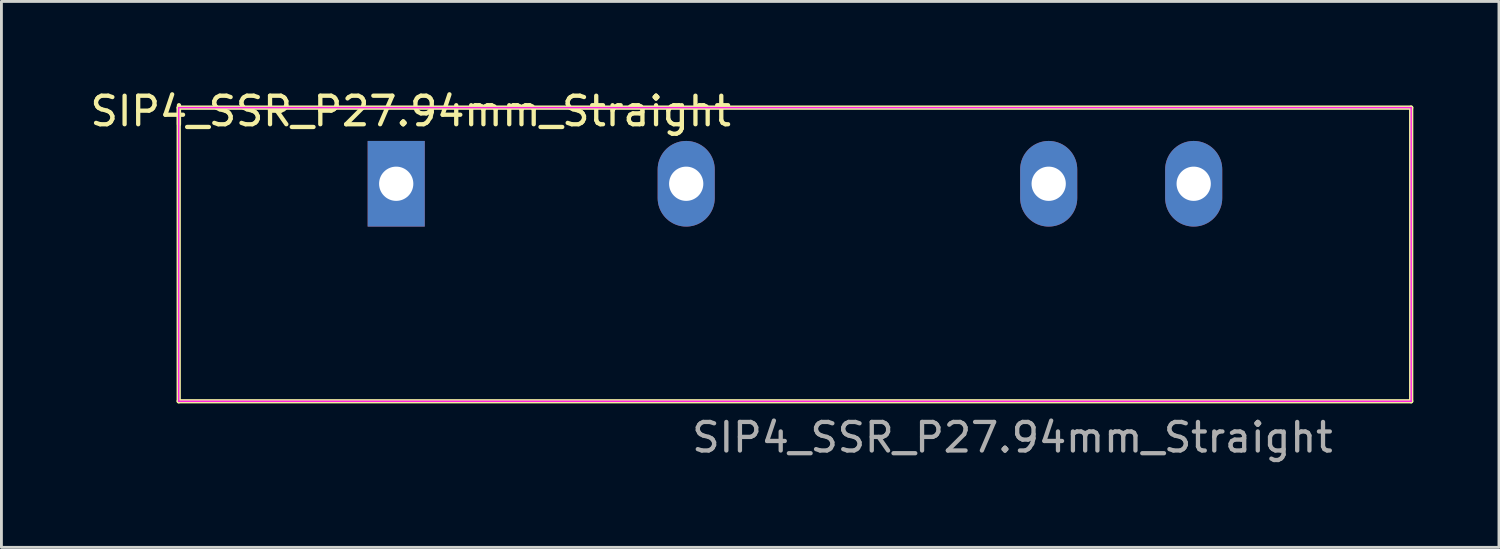
<source format=kicad_pcb>
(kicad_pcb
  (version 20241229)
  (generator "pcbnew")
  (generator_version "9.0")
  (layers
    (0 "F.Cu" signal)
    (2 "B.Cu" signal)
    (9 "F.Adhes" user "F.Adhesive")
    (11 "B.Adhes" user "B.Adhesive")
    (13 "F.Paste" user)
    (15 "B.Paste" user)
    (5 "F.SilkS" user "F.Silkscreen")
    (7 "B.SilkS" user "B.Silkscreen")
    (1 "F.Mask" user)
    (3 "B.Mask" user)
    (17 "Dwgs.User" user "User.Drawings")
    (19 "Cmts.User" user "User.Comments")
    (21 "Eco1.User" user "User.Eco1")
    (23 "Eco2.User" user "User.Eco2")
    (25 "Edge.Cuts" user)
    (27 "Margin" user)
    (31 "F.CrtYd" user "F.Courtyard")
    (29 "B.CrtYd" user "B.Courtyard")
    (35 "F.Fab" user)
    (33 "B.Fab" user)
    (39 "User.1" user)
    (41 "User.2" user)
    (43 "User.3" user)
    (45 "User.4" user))
  (footprint "SIP4_SSR_P27.94mm_Straight"
    (layer "F.Cu")
    (at 10.831 3.388)
    (property "Reference" "SIP4_SSR_P27.94mm_Straight" (at 0.508 -2.54 0) (layer "F.SilkS") (effects (font (size 1 1) (thickness 0.15))))
    (attr through_hole)
    (fp_line (start -7.62 -2.667) (end 35.56 -2.667) (stroke (width 0.15) (type solid)) (layer "F.SilkS"))
    (fp_line (start -7.62 7.62) (end -7.62 -2.667) (stroke (width 0.15) (type solid)) (layer "F.SilkS"))
    (fp_line (start 35.56 -2.667) (end 35.56 7.62) (stroke (width 0.15) (type solid)) (layer "F.SilkS"))
    (fp_line (start 35.56 7.62) (end -7.62 7.62) (stroke (width 0.15) (type solid)) (layer "F.SilkS"))
    (fp_line (start -7.62 -2.667) (end 35.56 -2.667) (stroke (width 0.05) (type solid)) (layer "F.CrtYd"))
    (fp_line (start -7.62 7.62) (end -7.62 -2.667) (stroke (width 0.05) (type solid)) (layer "F.CrtYd"))
    (fp_line (start 35.56 -2.667) (end 35.56 7.62) (stroke (width 0.05) (type solid)) (layer "F.CrtYd"))
    (fp_line (start 35.56 7.62) (end -7.62 7.62) (stroke (width 0.05) (type solid)) (layer "F.CrtYd"))
    (fp_text user "${REFERENCE}" (at 21.59 8.89 0) (layer "F.Fab") (effects (font (size 1 1) (thickness 0.15))))
    (pad "1" thru_hole rect (at 0 0) (size 2 3) (drill 1.2) (layers "*.Cu" "*.Mask"))
    (pad "2" thru_hole oval (at 10.16 0) (size 2 3) (drill 1.2) (layers "*.Cu" "*.Mask"))
    (pad "3" thru_hole oval (at 22.86 0) (size 2 3) (drill 1.2) (layers "*.Cu" "*.Mask"))
    (pad "4" thru_hole oval (at 27.94 0) (size 2 3) (drill 1.2) (layers "*.Cu" "*.Mask")))
  (gr_rect
    (start -3 -3)
    (end 49.466 16.127)
    (stroke (width 0.1) (type default))
    (fill no)
    (layer "Edge.Cuts")))
</source>
